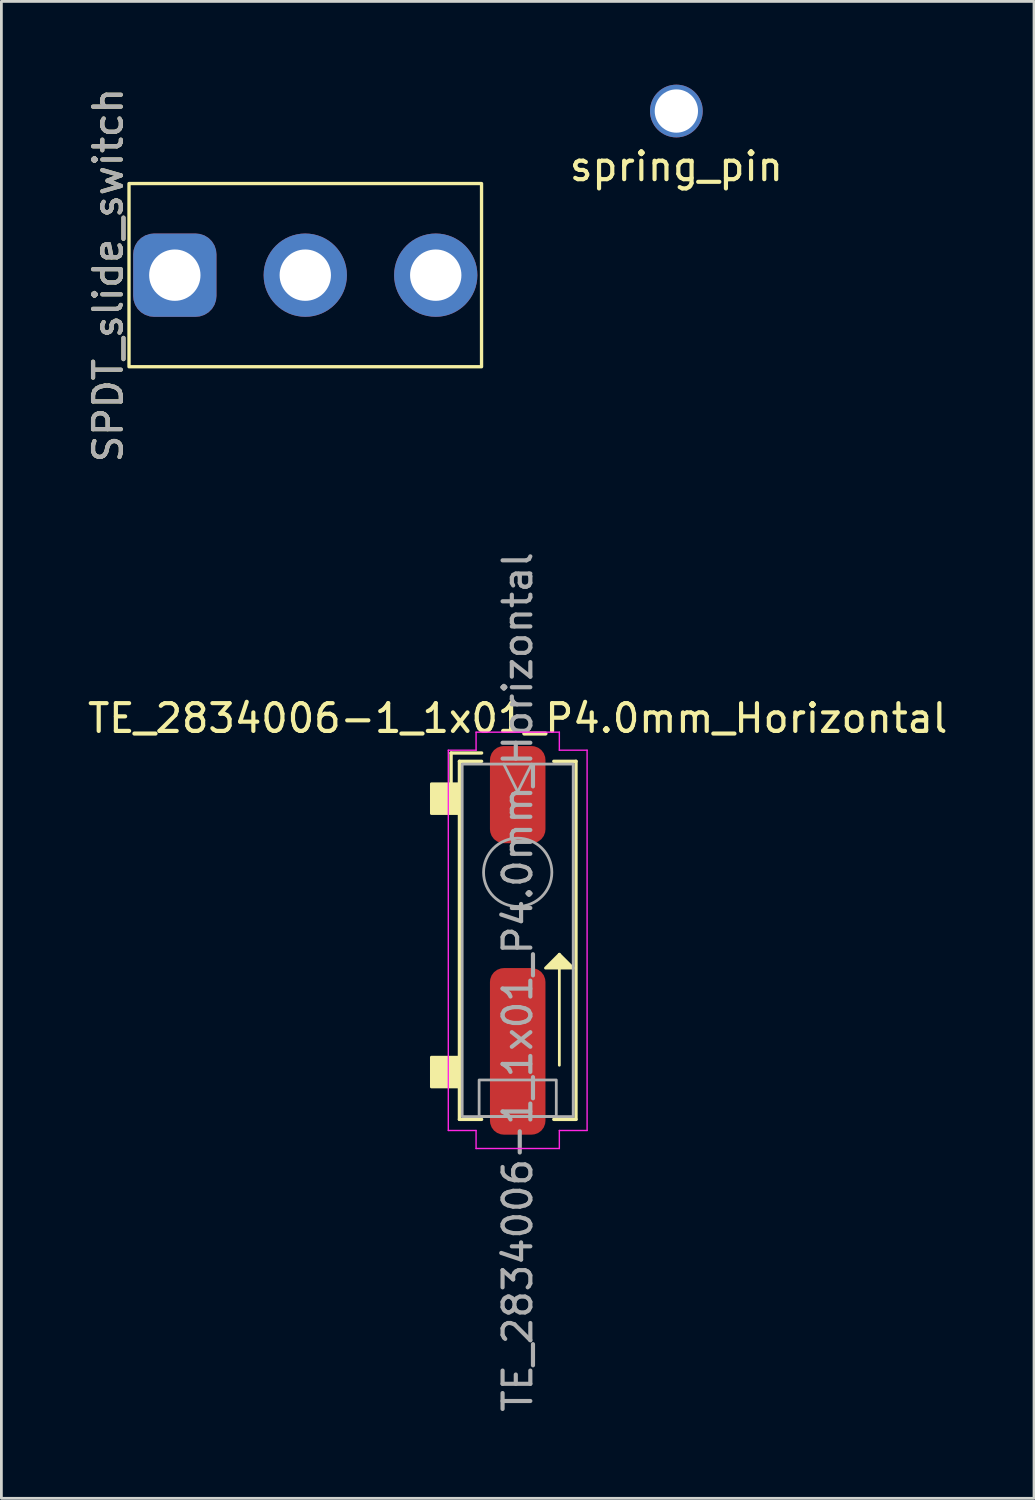
<source format=kicad_pcb>
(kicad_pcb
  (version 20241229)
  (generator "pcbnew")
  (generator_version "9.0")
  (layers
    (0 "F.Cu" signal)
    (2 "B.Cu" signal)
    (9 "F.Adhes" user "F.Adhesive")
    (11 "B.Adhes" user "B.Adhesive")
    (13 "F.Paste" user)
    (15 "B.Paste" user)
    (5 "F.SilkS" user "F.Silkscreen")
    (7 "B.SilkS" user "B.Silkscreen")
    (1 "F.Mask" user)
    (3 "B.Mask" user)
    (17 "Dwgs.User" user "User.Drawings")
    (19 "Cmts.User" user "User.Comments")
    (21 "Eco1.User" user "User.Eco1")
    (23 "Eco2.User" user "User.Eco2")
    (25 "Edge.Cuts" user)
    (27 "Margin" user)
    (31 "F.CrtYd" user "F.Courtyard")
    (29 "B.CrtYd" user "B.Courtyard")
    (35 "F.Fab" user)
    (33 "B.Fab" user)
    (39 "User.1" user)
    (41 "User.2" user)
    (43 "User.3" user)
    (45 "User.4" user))
  (footprint "spring_pin"
    (layer "F.Cu")
    (at 21.317 0.95)
    (property "Reference" "spring_pin" (at 0 2 0) (layer "F.SilkS") (effects (font (size 1 1) (thickness 0.15))))
    (attr through_hole)
    (pad "1" thru_hole circle (at 0 0) (size 1.9 1.9) (drill 1.56) (layers "*.Cu" "*.Mask")))
  (footprint "SPDT_slide_switch"
    (layer "F.Cu")
    (at 7.948 6.863)
    (property "Reference" "SPDT_slide_switch" (at -7.1 0 90) (unlocked yes) (layer "F.SilkS") (effects (font (size 1 1) (thickness 0.15))))
    (attr through_hole)
    (fp_rect (start -6.35 3.3) (end 6.35 -3.3) (stroke (width 0.12) (type solid)) (fill no) (layer "F.SilkS"))
    (fp_text user "${REFERENCE}" (at -7.1 0 90) (unlocked yes) (layer "F.Fab") (effects (font (size 1 1) (thickness 0.15))))
    (pad "1" thru_hole roundrect (at -4.7 0) (size 3 3) (drill 1.85) (layers "*.Cu" "*.Mask") (roundrect_rratio 0.25))
    (pad "2" thru_hole circle (at 0 0) (size 3 3) (drill 1.85) (layers "*.Cu" "*.Mask"))
    (pad "3" thru_hole circle (at 4.7 0) (size 3 3) (drill 1.85) (layers "*.Cu" "*.Mask")))
  (footprint "TE_2834006-1_1x01_P4.0mm_Horizontal"
    (layer "F.Cu")
    (at 15.601 30.827)
    (property "Reference" "TE_2834006-1_1x01_P4.0mm_Horizontal" (at 0 -8 0) (unlocked yes) (layer "F.SilkS") (effects (font (size 1 1) (thickness 0.15))))
    (attr smd)
    (fp_line (start -2.4 -6.75) (end -2.4 -5.45) (stroke (width 0.12) (type solid)) (layer "F.SilkS"))
    (fp_line (start -2.1 -6.45) (end -1.3 -6.45) (stroke (width 0.12) (type solid)) (layer "F.SilkS"))
    (fp_line (start -2.1 6.45) (end -2.1 -6.45) (stroke (width 0.12) (type solid)) (layer "F.SilkS"))
    (fp_line (start -2.1 6.45) (end -1.3 6.45) (stroke (width 0.12) (type solid)) (layer "F.SilkS"))
    (fp_line (start -1.3 -6.75) (end -2.4 -6.75) (stroke (width 0.12) (type solid)) (layer "F.SilkS"))
    (fp_line (start 1.5 4.5) (end 1.5 0.5) (stroke (width 0.1) (type default)) (layer "F.SilkS"))
    (fp_line (start 2.1 -6.45) (end 1.3 -6.45) (stroke (width 0.12) (type solid)) (layer "F.SilkS"))
    (fp_line (start 2.1 -6.45) (end 2.1 6.45) (stroke (width 0.12) (type solid)) (layer "F.SilkS"))
    (fp_line (start 2.1 6.45) (end 1.3 6.45) (stroke (width 0.12) (type solid)) (layer "F.SilkS"))
    (fp_rect (start -3.11 -5.64) (end -2.1 -4.569) (stroke (width 0.1) (type solid)) (fill yes) (layer "F.SilkS"))
    (fp_rect (start -3.11 4.21) (end -2.1 5.282) (stroke (width 0.1) (type solid)) (fill yes) (layer "F.SilkS"))
    (fp_poly (pts (xy 1 1) (xy 1.5 0.5) (xy 2 1)) (stroke (width 0.1) (type solid)) (fill yes) (layer "F.SilkS"))
    (fp_line (start -2.5 -6.85) (end -2.5 6.85) (stroke (width 0.05) (type solid)) (layer "F.CrtYd"))
    (fp_line (start -2.5 -6.85) (end -1.5 -6.85) (stroke (width 0.05) (type solid)) (layer "F.CrtYd"))
    (fp_line (start -1.5 -7.5) (end 1.5 -7.5) (stroke (width 0.05) (type solid)) (layer "F.CrtYd"))
    (fp_line (start -1.5 -6.85) (end -1.5 -7.5) (stroke (width 0.05) (type solid)) (layer "F.CrtYd"))
    (fp_line (start -1.5 6.85) (end -2.5 6.85) (stroke (width 0.05) (type solid)) (layer "F.CrtYd"))
    (fp_line (start -1.5 7.5) (end -1.5 6.85) (stroke (width 0.05) (type solid)) (layer "F.CrtYd"))
    (fp_line (start 1.5 -7.5) (end 1.5 -6.85) (stroke (width 0.05) (type solid)) (layer "F.CrtYd"))
    (fp_line (start 1.5 -6.85) (end 2.5 -6.85) (stroke (width 0.05) (type solid)) (layer "F.CrtYd"))
    (fp_line (start 1.5 6.85) (end 1.5 7.5) (stroke (width 0.05) (type solid)) (layer "F.CrtYd"))
    (fp_line (start 1.5 7.5) (end -1.5 7.5) (stroke (width 0.05) (type solid)) (layer "F.CrtYd"))
    (fp_line (start 2.5 -6.85) (end 2.5 6.85) (stroke (width 0.05) (type solid)) (layer "F.CrtYd"))
    (fp_line (start 2.5 6.85) (end 1.5 6.85) (stroke (width 0.05) (type solid)) (layer "F.CrtYd"))
    (fp_line (start 0 -5.35) (end -0.5 -6.35) (stroke (width 0.1) (type solid)) (layer "F.Fab"))
    (fp_line (start 0.5 -6.35) (end 0 -5.35) (stroke (width 0.1) (type solid)) (layer "F.Fab"))
    (fp_rect (start -2 -6.35) (end 2 6.35) (stroke (width 0.1) (type solid)) (fill no) (layer "F.Fab"))
    (fp_rect (start -1.39 5.03) (end 1.39 6.35) (stroke (width 0.1) (type solid)) (fill no) (layer "F.Fab"))
    (fp_circle (center 0 -2.45) (end 1.23 -2.45) (stroke (width 0.1) (type solid)) (fill no) (layer "F.Fab"))
    (fp_text user "${REFERENCE}" (at 0 1.5 90) (unlocked yes) (layer "F.Fab") (effects (font (size 1 1) (thickness 0.15))))
    (pad "1" smd roundrect (at 0 -5.25) (size 2 3.5) (layers "F.Cu" "F.Mask" "F.Paste") (roundrect_rratio 0.25))
    (pad "1" smd roundrect (at 0 4) (size 2 6) (layers "F.Cu" "F.Mask" "F.Paste") (roundrect_rratio 0.25)))
  (gr_rect
    (start -3 -3)
    (end 34.202 50.929)
    (stroke (width 0.1) (type default))
    (fill no)
    (layer "Edge.Cuts")))
</source>
